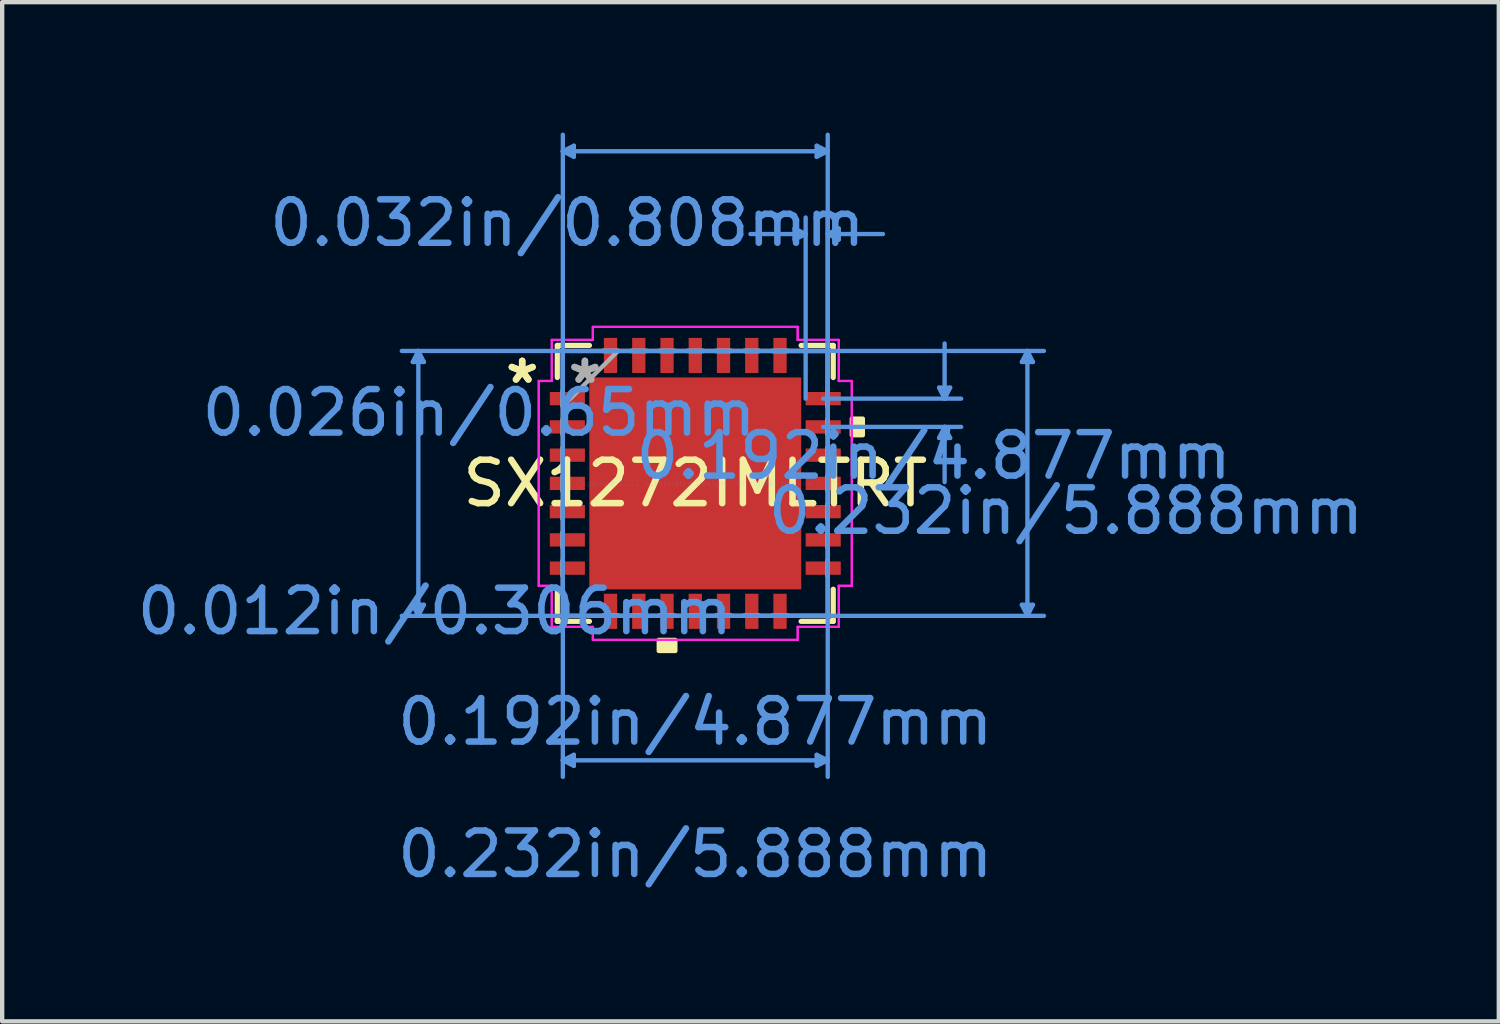
<source format=kicad_pcb>
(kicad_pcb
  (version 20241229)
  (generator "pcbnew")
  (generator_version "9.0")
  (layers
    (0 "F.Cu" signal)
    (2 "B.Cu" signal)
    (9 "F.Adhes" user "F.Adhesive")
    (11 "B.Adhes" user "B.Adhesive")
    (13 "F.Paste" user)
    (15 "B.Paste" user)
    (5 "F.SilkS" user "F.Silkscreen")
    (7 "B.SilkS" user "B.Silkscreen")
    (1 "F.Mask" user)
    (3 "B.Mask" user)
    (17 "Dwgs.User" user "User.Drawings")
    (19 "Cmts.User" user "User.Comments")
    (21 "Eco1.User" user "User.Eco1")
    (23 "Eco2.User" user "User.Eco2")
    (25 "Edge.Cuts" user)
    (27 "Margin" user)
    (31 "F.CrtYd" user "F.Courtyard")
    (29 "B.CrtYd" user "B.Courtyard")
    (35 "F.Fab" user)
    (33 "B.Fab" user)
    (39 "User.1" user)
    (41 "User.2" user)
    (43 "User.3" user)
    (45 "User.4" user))
  (footprint "SX1272IMLTRT"
    (layer "F.Cu")
    (at 12.95 8.074)
    (property "Reference" "SX1272IMLTRT" (at 0 0 0) (layer "F.SilkS") (effects (font (size 1 1) (thickness 0.15))))
    (attr through_hole)
    (fp_line (start -3.175 -3.175) (end -3.175 -2.436) (stroke (width 0.12) (type solid)) (layer "F.SilkS"))
    (fp_line (start -3.175 2.436) (end -3.175 3.175) (stroke (width 0.12) (type solid)) (layer "F.SilkS"))
    (fp_line (start -3.175 3.175) (end -2.436 3.175) (stroke (width 0.12) (type solid)) (layer "F.SilkS"))
    (fp_line (start -2.436 -3.175) (end -3.175 -3.175) (stroke (width 0.12) (type solid)) (layer "F.SilkS"))
    (fp_line (start 2.436 3.175) (end 3.175 3.175) (stroke (width 0.12) (type solid)) (layer "F.SilkS"))
    (fp_line (start 3.175 -3.175) (end 2.436 -3.175) (stroke (width 0.12) (type solid)) (layer "F.SilkS"))
    (fp_line (start 3.175 -2.436) (end 3.175 -3.175) (stroke (width 0.12) (type solid)) (layer "F.SilkS"))
    (fp_line (start 3.175 3.175) (end 3.175 2.436) (stroke (width 0.12) (type solid)) (layer "F.SilkS"))
    (fp_poly (pts (xy -0.84 3.602) (xy -0.84 3.856) (xy -0.459 3.856) (xy -0.459 3.602)) (stroke (width 0.1) (type solid)) (fill yes) (layer "F.SilkS"))
    (fp_poly (pts (xy 3.856 -1.49) (xy 3.856 -1.109) (xy 3.602 -1.109) (xy 3.602 -1.49)) (stroke (width 0.1) (type solid)) (fill yes) (layer "F.SilkS"))
    (fp_poly (pts (xy -2.338 -2.338) (xy -2.338 -0.913) (xy -0.913 -0.913) (xy -0.913 -2.338)) (stroke (width 0.1) (type solid)) (fill yes) (layer "F.Paste"))
    (fp_poly (pts (xy -2.338 -0.713) (xy -2.338 0.713) (xy -0.913 0.713) (xy -0.913 -0.713)) (stroke (width 0.1) (type solid)) (fill yes) (layer "F.Paste"))
    (fp_poly (pts (xy -2.338 0.913) (xy -2.338 2.338) (xy -0.913 2.338) (xy -0.913 0.913)) (stroke (width 0.1) (type solid)) (fill yes) (layer "F.Paste"))
    (fp_poly (pts (xy -0.713 -2.338) (xy -0.713 -0.913) (xy 0.713 -0.913) (xy 0.713 -2.338)) (stroke (width 0.1) (type solid)) (fill yes) (layer "F.Paste"))
    (fp_poly (pts (xy -0.713 -0.713) (xy -0.713 0.713) (xy 0.713 0.713) (xy 0.713 -0.713)) (stroke (width 0.1) (type solid)) (fill yes) (layer "F.Paste"))
    (fp_poly (pts (xy -0.713 0.913) (xy -0.713 2.338) (xy 0.713 2.338) (xy 0.713 0.913)) (stroke (width 0.1) (type solid)) (fill yes) (layer "F.Paste"))
    (fp_poly (pts (xy 0.913 -2.338) (xy 0.913 -0.913) (xy 2.338 -0.913) (xy 2.338 -2.338)) (stroke (width 0.1) (type solid)) (fill yes) (layer "F.Paste"))
    (fp_poly (pts (xy 0.913 -0.713) (xy 0.913 0.713) (xy 2.338 0.713) (xy 2.338 -0.713)) (stroke (width 0.1) (type solid)) (fill yes) (layer "F.Paste"))
    (fp_poly (pts (xy 0.913 0.913) (xy 0.913 2.338) (xy 2.338 2.338) (xy 2.338 0.913)) (stroke (width 0.1) (type solid)) (fill yes) (layer "F.Paste"))
    (fp_line (start -6.5 -2.794) (end -6.246 -2.794) (stroke (width 0.1) (type solid)) (layer "Cmts.User"))
    (fp_line (start -6.5 2.794) (end -6.246 2.794) (stroke (width 0.1) (type solid)) (layer "Cmts.User"))
    (fp_line (start -6.373 -3.048) (end -6.5 -2.794) (stroke (width 0.1) (type solid)) (layer "Cmts.User"))
    (fp_line (start -6.373 -3.048) (end -6.373 3.048) (stroke (width 0.1) (type solid)) (layer "Cmts.User"))
    (fp_line (start -6.373 -3.048) (end -6.246 -2.794) (stroke (width 0.1) (type solid)) (layer "Cmts.User"))
    (fp_line (start -6.373 3.048) (end -6.5 2.794) (stroke (width 0.1) (type solid)) (layer "Cmts.User"))
    (fp_line (start -6.373 3.048) (end -6.246 2.794) (stroke (width 0.1) (type solid)) (layer "Cmts.User"))
    (fp_line (start -3.048 -7.643) (end -2.794 -7.77) (stroke (width 0.1) (type solid)) (layer "Cmts.User"))
    (fp_line (start -3.048 -7.643) (end -2.794 -7.516) (stroke (width 0.1) (type solid)) (layer "Cmts.User"))
    (fp_line (start -3.048 -7.643) (end 3.048 -7.643) (stroke (width 0.1) (type solid)) (layer "Cmts.User"))
    (fp_line (start -3.048 -3.048) (end -3.048 6.754) (stroke (width 0.1) (type solid)) (layer "Cmts.User"))
    (fp_line (start -3.048 -1.95) (end -3.048 -8.024) (stroke (width 0.1) (type solid)) (layer "Cmts.User"))
    (fp_line (start -3.048 6.373) (end -2.794 6.246) (stroke (width 0.1) (type solid)) (layer "Cmts.User"))
    (fp_line (start -3.048 6.373) (end -2.794 6.5) (stroke (width 0.1) (type solid)) (layer "Cmts.User"))
    (fp_line (start -3.048 6.373) (end 3.048 6.373) (stroke (width 0.1) (type solid)) (layer "Cmts.User"))
    (fp_line (start -2.794 -7.77) (end -2.794 -7.516) (stroke (width 0.1) (type solid)) (layer "Cmts.User"))
    (fp_line (start -2.794 6.246) (end -2.794 6.5) (stroke (width 0.1) (type solid)) (layer "Cmts.User"))
    (fp_line (start 1.95 -3.048) (end 8.024 -3.048) (stroke (width 0.1) (type solid)) (layer "Cmts.User"))
    (fp_line (start 1.95 3.048) (end 8.024 3.048) (stroke (width 0.1) (type solid)) (layer "Cmts.User"))
    (fp_line (start 2.286 -5.865) (end 2.286 -5.611) (stroke (width 0.1) (type solid)) (layer "Cmts.User"))
    (fp_line (start 2.54 -5.738) (end 1.27 -5.738) (stroke (width 0.1) (type solid)) (layer "Cmts.User"))
    (fp_line (start 2.54 -5.738) (end 2.286 -5.865) (stroke (width 0.1) (type solid)) (layer "Cmts.User"))
    (fp_line (start 2.54 -5.738) (end 2.286 -5.611) (stroke (width 0.1) (type solid)) (layer "Cmts.User"))
    (fp_line (start 2.54 -1.95) (end 2.54 -6.119) (stroke (width 0.1) (type solid)) (layer "Cmts.User"))
    (fp_line (start 2.794 -7.77) (end 2.794 -7.516) (stroke (width 0.1) (type solid)) (layer "Cmts.User"))
    (fp_line (start 2.794 6.246) (end 2.794 6.5) (stroke (width 0.1) (type solid)) (layer "Cmts.User"))
    (fp_line (start 2.944 -1.95) (end 6.119 -1.95) (stroke (width 0.1) (type solid)) (layer "Cmts.User"))
    (fp_line (start 2.944 -1.3) (end 6.119 -1.3) (stroke (width 0.1) (type solid)) (layer "Cmts.User"))
    (fp_line (start 3.048 -7.643) (end 2.794 -7.77) (stroke (width 0.1) (type solid)) (layer "Cmts.User"))
    (fp_line (start 3.048 -7.643) (end 2.794 -7.516) (stroke (width 0.1) (type solid)) (layer "Cmts.User"))
    (fp_line (start 3.048 -5.738) (end 3.302 -5.865) (stroke (width 0.1) (type solid)) (layer "Cmts.User"))
    (fp_line (start 3.048 -5.738) (end 3.302 -5.611) (stroke (width 0.1) (type solid)) (layer "Cmts.User"))
    (fp_line (start 3.048 -5.738) (end 4.318 -5.738) (stroke (width 0.1) (type solid)) (layer "Cmts.User"))
    (fp_line (start 3.048 -3.048) (end -6.754 -3.048) (stroke (width 0.1) (type solid)) (layer "Cmts.User"))
    (fp_line (start 3.048 -3.048) (end 3.048 6.754) (stroke (width 0.1) (type solid)) (layer "Cmts.User"))
    (fp_line (start 3.048 -1.95) (end 3.048 -8.024) (stroke (width 0.1) (type solid)) (layer "Cmts.User"))
    (fp_line (start 3.048 -1.95) (end 3.048 -6.119) (stroke (width 0.1) (type solid)) (layer "Cmts.User"))
    (fp_line (start 3.048 3.048) (end -6.754 3.048) (stroke (width 0.1) (type solid)) (layer "Cmts.User"))
    (fp_line (start 3.048 6.373) (end 2.794 6.246) (stroke (width 0.1) (type solid)) (layer "Cmts.User"))
    (fp_line (start 3.048 6.373) (end 2.794 6.5) (stroke (width 0.1) (type solid)) (layer "Cmts.User"))
    (fp_line (start 3.302 -5.865) (end 3.302 -5.611) (stroke (width 0.1) (type solid)) (layer "Cmts.User"))
    (fp_line (start 5.611 -2.204) (end 5.865 -2.204) (stroke (width 0.1) (type solid)) (layer "Cmts.User"))
    (fp_line (start 5.611 -1.046) (end 5.865 -1.046) (stroke (width 0.1) (type solid)) (layer "Cmts.User"))
    (fp_line (start 5.738 -1.95) (end 5.611 -2.204) (stroke (width 0.1) (type solid)) (layer "Cmts.User"))
    (fp_line (start 5.738 -1.95) (end 5.738 -3.22) (stroke (width 0.1) (type solid)) (layer "Cmts.User"))
    (fp_line (start 5.738 -1.95) (end 5.865 -2.204) (stroke (width 0.1) (type solid)) (layer "Cmts.User"))
    (fp_line (start 5.738 -1.3) (end 5.611 -1.046) (stroke (width 0.1) (type solid)) (layer "Cmts.User"))
    (fp_line (start 5.738 -1.3) (end 5.738 -0.03) (stroke (width 0.1) (type solid)) (layer "Cmts.User"))
    (fp_line (start 5.738 -1.3) (end 5.865 -1.046) (stroke (width 0.1) (type solid)) (layer "Cmts.User"))
    (fp_line (start 7.516 -2.794) (end 7.77 -2.794) (stroke (width 0.1) (type solid)) (layer "Cmts.User"))
    (fp_line (start 7.516 2.794) (end 7.77 2.794) (stroke (width 0.1) (type solid)) (layer "Cmts.User"))
    (fp_line (start 7.643 -3.048) (end 7.516 -2.794) (stroke (width 0.1) (type solid)) (layer "Cmts.User"))
    (fp_line (start 7.643 -3.048) (end 7.643 3.048) (stroke (width 0.1) (type solid)) (layer "Cmts.User"))
    (fp_line (start 7.643 -3.048) (end 7.77 -2.794) (stroke (width 0.1) (type solid)) (layer "Cmts.User"))
    (fp_line (start 7.643 3.048) (end 7.516 2.794) (stroke (width 0.1) (type solid)) (layer "Cmts.User"))
    (fp_line (start 7.643 3.048) (end 7.77 2.794) (stroke (width 0.1) (type solid)) (layer "Cmts.User"))
    (fp_line (start -3.602 -2.357) (end -3.302 -2.357) (stroke (width 0.05) (type solid)) (layer "F.CrtYd"))
    (fp_line (start -3.602 -2.357) (end -3.302 -2.357) (stroke (width 0.05) (type solid)) (layer "F.CrtYd"))
    (fp_line (start -3.602 2.357) (end -3.602 -2.357) (stroke (width 0.05) (type solid)) (layer "F.CrtYd"))
    (fp_line (start -3.602 2.357) (end -3.602 -2.357) (stroke (width 0.05) (type solid)) (layer "F.CrtYd"))
    (fp_line (start -3.302 -3.302) (end -2.357 -3.302) (stroke (width 0.05) (type solid)) (layer "F.CrtYd"))
    (fp_line (start -3.302 -3.302) (end -2.357 -3.302) (stroke (width 0.05) (type solid)) (layer "F.CrtYd"))
    (fp_line (start -3.302 -2.357) (end -3.302 -3.302) (stroke (width 0.05) (type solid)) (layer "F.CrtYd"))
    (fp_line (start -3.302 -2.357) (end -3.302 -3.302) (stroke (width 0.05) (type solid)) (layer "F.CrtYd"))
    (fp_line (start -3.302 2.357) (end -3.602 2.357) (stroke (width 0.05) (type solid)) (layer "F.CrtYd"))
    (fp_line (start -3.302 2.357) (end -3.602 2.357) (stroke (width 0.05) (type solid)) (layer "F.CrtYd"))
    (fp_line (start -3.302 3.302) (end -3.302 2.357) (stroke (width 0.05) (type solid)) (layer "F.CrtYd"))
    (fp_line (start -3.302 3.302) (end -3.302 2.357) (stroke (width 0.05) (type solid)) (layer "F.CrtYd"))
    (fp_line (start -2.357 -3.602) (end 2.357 -3.602) (stroke (width 0.05) (type solid)) (layer "F.CrtYd"))
    (fp_line (start -2.357 -3.602) (end 2.357 -3.602) (stroke (width 0.05) (type solid)) (layer "F.CrtYd"))
    (fp_line (start -2.357 -3.302) (end -2.357 -3.602) (stroke (width 0.05) (type solid)) (layer "F.CrtYd"))
    (fp_line (start -2.357 -3.302) (end -2.357 -3.602) (stroke (width 0.05) (type solid)) (layer "F.CrtYd"))
    (fp_line (start -2.357 3.302) (end -3.302 3.302) (stroke (width 0.05) (type solid)) (layer "F.CrtYd"))
    (fp_line (start -2.357 3.302) (end -3.302 3.302) (stroke (width 0.05) (type solid)) (layer "F.CrtYd"))
    (fp_line (start -2.357 3.602) (end -2.357 3.302) (stroke (width 0.05) (type solid)) (layer "F.CrtYd"))
    (fp_line (start -2.357 3.602) (end -2.357 3.302) (stroke (width 0.05) (type solid)) (layer "F.CrtYd"))
    (fp_line (start 2.357 -3.602) (end 2.357 -3.302) (stroke (width 0.05) (type solid)) (layer "F.CrtYd"))
    (fp_line (start 2.357 -3.602) (end 2.357 -3.302) (stroke (width 0.05) (type solid)) (layer "F.CrtYd"))
    (fp_line (start 2.357 -3.302) (end 3.302 -3.302) (stroke (width 0.05) (type solid)) (layer "F.CrtYd"))
    (fp_line (start 2.357 -3.302) (end 3.302 -3.302) (stroke (width 0.05) (type solid)) (layer "F.CrtYd"))
    (fp_line (start 2.357 3.302) (end 2.357 3.602) (stroke (width 0.05) (type solid)) (layer "F.CrtYd"))
    (fp_line (start 2.357 3.302) (end 2.357 3.602) (stroke (width 0.05) (type solid)) (layer "F.CrtYd"))
    (fp_line (start 2.357 3.602) (end -2.357 3.602) (stroke (width 0.05) (type solid)) (layer "F.CrtYd"))
    (fp_line (start 2.357 3.602) (end -2.357 3.602) (stroke (width 0.05) (type solid)) (layer "F.CrtYd"))
    (fp_line (start 3.302 -3.302) (end 3.302 -2.357) (stroke (width 0.05) (type solid)) (layer "F.CrtYd"))
    (fp_line (start 3.302 -3.302) (end 3.302 -2.357) (stroke (width 0.05) (type solid)) (layer "F.CrtYd"))
    (fp_line (start 3.302 -2.357) (end 3.602 -2.357) (stroke (width 0.05) (type solid)) (layer "F.CrtYd"))
    (fp_line (start 3.302 -2.357) (end 3.602 -2.357) (stroke (width 0.05) (type solid)) (layer "F.CrtYd"))
    (fp_line (start 3.302 2.357) (end 3.302 3.302) (stroke (width 0.05) (type solid)) (layer "F.CrtYd"))
    (fp_line (start 3.302 2.357) (end 3.302 3.302) (stroke (width 0.05) (type solid)) (layer "F.CrtYd"))
    (fp_line (start 3.302 3.302) (end 2.357 3.302) (stroke (width 0.05) (type solid)) (layer "F.CrtYd"))
    (fp_line (start 3.302 3.302) (end 2.357 3.302) (stroke (width 0.05) (type solid)) (layer "F.CrtYd"))
    (fp_line (start 3.602 -2.357) (end 3.602 2.357) (stroke (width 0.05) (type solid)) (layer "F.CrtYd"))
    (fp_line (start 3.602 -2.357) (end 3.602 2.357) (stroke (width 0.05) (type solid)) (layer "F.CrtYd"))
    (fp_line (start 3.602 2.357) (end 3.302 2.357) (stroke (width 0.05) (type solid)) (layer "F.CrtYd"))
    (fp_line (start 3.602 2.357) (end 3.302 2.357) (stroke (width 0.05) (type solid)) (layer "F.CrtYd"))
    (fp_line (start -3.048 -3.048) (end -3.048 -3.048) (stroke (width 0.1) (type solid)) (layer "F.Fab"))
    (fp_line (start -3.048 -3.048) (end -3.048 3.048) (stroke (width 0.1) (type solid)) (layer "F.Fab"))
    (fp_line (start -3.048 -2.128) (end -3.048 -2.128) (stroke (width 0.1) (type solid)) (layer "F.Fab"))
    (fp_line (start -3.048 -2.128) (end -3.048 -1.772) (stroke (width 0.1) (type solid)) (layer "F.Fab"))
    (fp_line (start -3.048 -1.778) (end -1.778 -3.048) (stroke (width 0.1) (type solid)) (layer "F.Fab"))
    (fp_line (start -3.048 -1.772) (end -3.048 -2.128) (stroke (width 0.1) (type solid)) (layer "F.Fab"))
    (fp_line (start -3.048 -1.772) (end -3.048 -1.772) (stroke (width 0.1) (type solid)) (layer "F.Fab"))
    (fp_line (start -3.048 -1.478) (end -3.048 -1.478) (stroke (width 0.1) (type solid)) (layer "F.Fab"))
    (fp_line (start -3.048 -1.478) (end -3.048 -1.122) (stroke (width 0.1) (type solid)) (layer "F.Fab"))
    (fp_line (start -3.048 -1.122) (end -3.048 -1.478) (stroke (width 0.1) (type solid)) (layer "F.Fab"))
    (fp_line (start -3.048 -1.122) (end -3.048 -1.122) (stroke (width 0.1) (type solid)) (layer "F.Fab"))
    (fp_line (start -3.048 -0.828) (end -3.048 -0.828) (stroke (width 0.1) (type solid)) (layer "F.Fab"))
    (fp_line (start -3.048 -0.828) (end -3.048 -0.472) (stroke (width 0.1) (type solid)) (layer "F.Fab"))
    (fp_line (start -3.048 -0.472) (end -3.048 -0.828) (stroke (width 0.1) (type solid)) (layer "F.Fab"))
    (fp_line (start -3.048 -0.472) (end -3.048 -0.472) (stroke (width 0.1) (type solid)) (layer "F.Fab"))
    (fp_line (start -3.048 -0.178) (end -3.048 -0.178) (stroke (width 0.1) (type solid)) (layer "F.Fab"))
    (fp_line (start -3.048 -0.178) (end -3.048 0.178) (stroke (width 0.1) (type solid)) (layer "F.Fab"))
    (fp_line (start -3.048 0.178) (end -3.048 -0.178) (stroke (width 0.1) (type solid)) (layer "F.Fab"))
    (fp_line (start -3.048 0.178) (end -3.048 0.178) (stroke (width 0.1) (type solid)) (layer "F.Fab"))
    (fp_line (start -3.048 0.472) (end -3.048 0.472) (stroke (width 0.1) (type solid)) (layer "F.Fab"))
    (fp_line (start -3.048 0.472) (end -3.048 0.828) (stroke (width 0.1) (type solid)) (layer "F.Fab"))
    (fp_line (start -3.048 0.828) (end -3.048 0.472) (stroke (width 0.1) (type solid)) (layer "F.Fab"))
    (fp_line (start -3.048 0.828) (end -3.048 0.828) (stroke (width 0.1) (type solid)) (layer "F.Fab"))
    (fp_line (start -3.048 1.122) (end -3.048 1.122) (stroke (width 0.1) (type solid)) (layer "F.Fab"))
    (fp_line (start -3.048 1.122) (end -3.048 1.478) (stroke (width 0.1) (type solid)) (layer "F.Fab"))
    (fp_line (start -3.048 1.478) (end -3.048 1.122) (stroke (width 0.1) (type solid)) (layer "F.Fab"))
    (fp_line (start -3.048 1.478) (end -3.048 1.478) (stroke (width 0.1) (type solid)) (layer "F.Fab"))
    (fp_line (start -3.048 1.772) (end -3.048 1.772) (stroke (width 0.1) (type solid)) (layer "F.Fab"))
    (fp_line (start -3.048 1.772) (end -3.048 2.128) (stroke (width 0.1) (type solid)) (layer "F.Fab"))
    (fp_line (start -3.048 2.128) (end -3.048 1.772) (stroke (width 0.1) (type solid)) (layer "F.Fab"))
    (fp_line (start -3.048 2.128) (end -3.048 2.128) (stroke (width 0.1) (type solid)) (layer "F.Fab"))
    (fp_line (start -3.048 3.048) (end -3.048 3.048) (stroke (width 0.1) (type solid)) (layer "F.Fab"))
    (fp_line (start -3.048 3.048) (end 3.048 3.048) (stroke (width 0.1) (type solid)) (layer "F.Fab"))
    (fp_line (start -2.128 -3.048) (end -2.128 -3.048) (stroke (width 0.1) (type solid)) (layer "F.Fab"))
    (fp_line (start -2.128 -3.048) (end -1.772 -3.048) (stroke (width 0.1) (type solid)) (layer "F.Fab"))
    (fp_line (start -2.128 3.048) (end -2.128 3.048) (stroke (width 0.1) (type solid)) (layer "F.Fab"))
    (fp_line (start -2.128 3.048) (end -1.772 3.048) (stroke (width 0.1) (type solid)) (layer "F.Fab"))
    (fp_line (start -1.772 -3.048) (end -2.128 -3.048) (stroke (width 0.1) (type solid)) (layer "F.Fab"))
    (fp_line (start -1.772 -3.048) (end -1.772 -3.048) (stroke (width 0.1) (type solid)) (layer "F.Fab"))
    (fp_line (start -1.772 3.048) (end -2.128 3.048) (stroke (width 0.1) (type solid)) (layer "F.Fab"))
    (fp_line (start -1.772 3.048) (end -1.772 3.048) (stroke (width 0.1) (type solid)) (layer "F.Fab"))
    (fp_line (start -1.478 -3.048) (end -1.478 -3.048) (stroke (width 0.1) (type solid)) (layer "F.Fab"))
    (fp_line (start -1.478 -3.048) (end -1.122 -3.048) (stroke (width 0.1) (type solid)) (layer "F.Fab"))
    (fp_line (start -1.478 3.048) (end -1.478 3.048) (stroke (width 0.1) (type solid)) (layer "F.Fab"))
    (fp_line (start -1.478 3.048) (end -1.122 3.048) (stroke (width 0.1) (type solid)) (layer "F.Fab"))
    (fp_line (start -1.122 -3.048) (end -1.478 -3.048) (stroke (width 0.1) (type solid)) (layer "F.Fab"))
    (fp_line (start -1.122 -3.048) (end -1.122 -3.048) (stroke (width 0.1) (type solid)) (layer "F.Fab"))
    (fp_line (start -1.122 3.048) (end -1.478 3.048) (stroke (width 0.1) (type solid)) (layer "F.Fab"))
    (fp_line (start -1.122 3.048) (end -1.122 3.048) (stroke (width 0.1) (type solid)) (layer "F.Fab"))
    (fp_line (start -0.828 -3.048) (end -0.828 -3.048) (stroke (width 0.1) (type solid)) (layer "F.Fab"))
    (fp_line (start -0.828 -3.048) (end -0.472 -3.048) (stroke (width 0.1) (type solid)) (layer "F.Fab"))
    (fp_line (start -0.828 3.048) (end -0.828 3.048) (stroke (width 0.1) (type solid)) (layer "F.Fab"))
    (fp_line (start -0.828 3.048) (end -0.472 3.048) (stroke (width 0.1) (type solid)) (layer "F.Fab"))
    (fp_line (start -0.472 -3.048) (end -0.828 -3.048) (stroke (width 0.1) (type solid)) (layer "F.Fab"))
    (fp_line (start -0.472 -3.048) (end -0.472 -3.048) (stroke (width 0.1) (type solid)) (layer "F.Fab"))
    (fp_line (start -0.472 3.048) (end -0.828 3.048) (stroke (width 0.1) (type solid)) (layer "F.Fab"))
    (fp_line (start -0.472 3.048) (end -0.472 3.048) (stroke (width 0.1) (type solid)) (layer "F.Fab"))
    (fp_line (start -0.178 -3.048) (end -0.178 -3.048) (stroke (width 0.1) (type solid)) (layer "F.Fab"))
    (fp_line (start -0.178 -3.048) (end 0.178 -3.048) (stroke (width 0.1) (type solid)) (layer "F.Fab"))
    (fp_line (start -0.178 3.048) (end -0.178 3.048) (stroke (width 0.1) (type solid)) (layer "F.Fab"))
    (fp_line (start -0.178 3.048) (end 0.178 3.048) (stroke (width 0.1) (type solid)) (layer "F.Fab"))
    (fp_line (start 0.178 -3.048) (end -0.178 -3.048) (stroke (width 0.1) (type solid)) (layer "F.Fab"))
    (fp_line (start 0.178 -3.048) (end 0.178 -3.048) (stroke (width 0.1) (type solid)) (layer "F.Fab"))
    (fp_line (start 0.178 3.048) (end -0.178 3.048) (stroke (width 0.1) (type solid)) (layer "F.Fab"))
    (fp_line (start 0.178 3.048) (end 0.178 3.048) (stroke (width 0.1) (type solid)) (layer "F.Fab"))
    (fp_line (start 0.472 -3.048) (end 0.472 -3.048) (stroke (width 0.1) (type solid)) (layer "F.Fab"))
    (fp_line (start 0.472 -3.048) (end 0.828 -3.048) (stroke (width 0.1) (type solid)) (layer "F.Fab"))
    (fp_line (start 0.472 3.048) (end 0.472 3.048) (stroke (width 0.1) (type solid)) (layer "F.Fab"))
    (fp_line (start 0.472 3.048) (end 0.828 3.048) (stroke (width 0.1) (type solid)) (layer "F.Fab"))
    (fp_line (start 0.828 -3.048) (end 0.472 -3.048) (stroke (width 0.1) (type solid)) (layer "F.Fab"))
    (fp_line (start 0.828 -3.048) (end 0.828 -3.048) (stroke (width 0.1) (type solid)) (layer "F.Fab"))
    (fp_line (start 0.828 3.048) (end 0.472 3.048) (stroke (width 0.1) (type solid)) (layer "F.Fab"))
    (fp_line (start 0.828 3.048) (end 0.828 3.048) (stroke (width 0.1) (type solid)) (layer "F.Fab"))
    (fp_line (start 1.122 -3.048) (end 1.122 -3.048) (stroke (width 0.1) (type solid)) (layer "F.Fab"))
    (fp_line (start 1.122 -3.048) (end 1.478 -3.048) (stroke (width 0.1) (type solid)) (layer "F.Fab"))
    (fp_line (start 1.122 3.048) (end 1.122 3.048) (stroke (width 0.1) (type solid)) (layer "F.Fab"))
    (fp_line (start 1.122 3.048) (end 1.478 3.048) (stroke (width 0.1) (type solid)) (layer "F.Fab"))
    (fp_line (start 1.478 -3.048) (end 1.122 -3.048) (stroke (width 0.1) (type solid)) (layer "F.Fab"))
    (fp_line (start 1.478 -3.048) (end 1.478 -3.048) (stroke (width 0.1) (type solid)) (layer "F.Fab"))
    (fp_line (start 1.478 3.048) (end 1.122 3.048) (stroke (width 0.1) (type solid)) (layer "F.Fab"))
    (fp_line (start 1.478 3.048) (end 1.478 3.048) (stroke (width 0.1) (type solid)) (layer "F.Fab"))
    (fp_line (start 1.772 -3.048) (end 1.772 -3.048) (stroke (width 0.1) (type solid)) (layer "F.Fab"))
    (fp_line (start 1.772 -3.048) (end 2.128 -3.048) (stroke (width 0.1) (type solid)) (layer "F.Fab"))
    (fp_line (start 1.772 3.048) (end 1.772 3.048) (stroke (width 0.1) (type solid)) (layer "F.Fab"))
    (fp_line (start 1.772 3.048) (end 2.128 3.048) (stroke (width 0.1) (type solid)) (layer "F.Fab"))
    (fp_line (start 2.128 -3.048) (end 1.772 -3.048) (stroke (width 0.1) (type solid)) (layer "F.Fab"))
    (fp_line (start 2.128 -3.048) (end 2.128 -3.048) (stroke (width 0.1) (type solid)) (layer "F.Fab"))
    (fp_line (start 2.128 3.048) (end 1.772 3.048) (stroke (width 0.1) (type solid)) (layer "F.Fab"))
    (fp_line (start 2.128 3.048) (end 2.128 3.048) (stroke (width 0.1) (type solid)) (layer "F.Fab"))
    (fp_line (start 3.048 -3.048) (end -3.048 -3.048) (stroke (width 0.1) (type solid)) (layer "F.Fab"))
    (fp_line (start 3.048 -3.048) (end 3.048 -3.048) (stroke (width 0.1) (type solid)) (layer "F.Fab"))
    (fp_line (start 3.048 -2.128) (end 3.048 -2.128) (stroke (width 0.1) (type solid)) (layer "F.Fab"))
    (fp_line (start 3.048 -2.128) (end 3.048 -1.772) (stroke (width 0.1) (type solid)) (layer "F.Fab"))
    (fp_line (start 3.048 -1.772) (end 3.048 -2.128) (stroke (width 0.1) (type solid)) (layer "F.Fab"))
    (fp_line (start 3.048 -1.772) (end 3.048 -1.772) (stroke (width 0.1) (type solid)) (layer "F.Fab"))
    (fp_line (start 3.048 -1.478) (end 3.048 -1.478) (stroke (width 0.1) (type solid)) (layer "F.Fab"))
    (fp_line (start 3.048 -1.478) (end 3.048 -1.122) (stroke (width 0.1) (type solid)) (layer "F.Fab"))
    (fp_line (start 3.048 -1.122) (end 3.048 -1.478) (stroke (width 0.1) (type solid)) (layer "F.Fab"))
    (fp_line (start 3.048 -1.122) (end 3.048 -1.122) (stroke (width 0.1) (type solid)) (layer "F.Fab"))
    (fp_line (start 3.048 -0.828) (end 3.048 -0.828) (stroke (width 0.1) (type solid)) (layer "F.Fab"))
    (fp_line (start 3.048 -0.828) (end 3.048 -0.472) (stroke (width 0.1) (type solid)) (layer "F.Fab"))
    (fp_line (start 3.048 -0.472) (end 3.048 -0.828) (stroke (width 0.1) (type solid)) (layer "F.Fab"))
    (fp_line (start 3.048 -0.472) (end 3.048 -0.472) (stroke (width 0.1) (type solid)) (layer "F.Fab"))
    (fp_line (start 3.048 -0.178) (end 3.048 -0.178) (stroke (width 0.1) (type solid)) (layer "F.Fab"))
    (fp_line (start 3.048 -0.178) (end 3.048 0.178) (stroke (width 0.1) (type solid)) (layer "F.Fab"))
    (fp_line (start 3.048 0.178) (end 3.048 -0.178) (stroke (width 0.1) (type solid)) (layer "F.Fab"))
    (fp_line (start 3.048 0.178) (end 3.048 0.178) (stroke (width 0.1) (type solid)) (layer "F.Fab"))
    (fp_line (start 3.048 0.472) (end 3.048 0.472) (stroke (width 0.1) (type solid)) (layer "F.Fab"))
    (fp_line (start 3.048 0.472) (end 3.048 0.828) (stroke (width 0.1) (type solid)) (layer "F.Fab"))
    (fp_line (start 3.048 0.828) (end 3.048 0.472) (stroke (width 0.1) (type solid)) (layer "F.Fab"))
    (fp_line (start 3.048 0.828) (end 3.048 0.828) (stroke (width 0.1) (type solid)) (layer "F.Fab"))
    (fp_line (start 3.048 1.122) (end 3.048 1.122) (stroke (width 0.1) (type solid)) (layer "F.Fab"))
    (fp_line (start 3.048 1.122) (end 3.048 1.478) (stroke (width 0.1) (type solid)) (layer "F.Fab"))
    (fp_line (start 3.048 1.478) (end 3.048 1.122) (stroke (width 0.1) (type solid)) (layer "F.Fab"))
    (fp_line (start 3.048 1.478) (end 3.048 1.478) (stroke (width 0.1) (type solid)) (layer "F.Fab"))
    (fp_line (start 3.048 1.772) (end 3.048 1.772) (stroke (width 0.1) (type solid)) (layer "F.Fab"))
    (fp_line (start 3.048 1.772) (end 3.048 2.128) (stroke (width 0.1) (type solid)) (layer "F.Fab"))
    (fp_line (start 3.048 2.128) (end 3.048 1.772) (stroke (width 0.1) (type solid)) (layer "F.Fab"))
    (fp_line (start 3.048 2.128) (end 3.048 2.128) (stroke (width 0.1) (type solid)) (layer "F.Fab"))
    (fp_line (start 3.048 3.048) (end 3.048 -3.048) (stroke (width 0.1) (type solid)) (layer "F.Fab"))
    (fp_line (start 3.048 3.048) (end 3.048 3.048) (stroke (width 0.1) (type solid)) (layer "F.Fab"))
    (fp_text user "*" (at -3.983 -2.275 0) (layer "F.SilkS") (effects (font (size 1 1) (thickness 0.15))))
    (fp_text user "*" (at -3.983 -2.275 0) (layer "F.SilkS") (effects (font (size 1 1) (thickness 0.15))))
    (fp_text user "0.232in/5.888mm" (at 8.532 0.635 0) (layer "Cmts.User") (effects (font (size 1 1) (thickness 0.15))))
    (fp_text user "0.232in/5.888mm" (at 0 8.532 0) (layer "Cmts.User") (effects (font (size 1 1) (thickness 0.15))))
    (fp_text user "Copyright 2021 Accelerated Designs. All rights reserved." (at 0 0 0) (layer "Cmts.User") (effects (font (size 0.127 0.127) (thickness 0.002))))
    (fp_text user "0.192in/4.877mm" (at 5.486 -0.635 0) (layer "Cmts.User") (effects (font (size 1 1) (thickness 0.15))))
    (fp_text user "0.032in/0.808mm" (at -2.944 -5.992 0) (layer "Cmts.User") (effects (font (size 1 1) (thickness 0.15))))
    (fp_text user "0.026in/0.65mm" (at -4.976 -1.625 0) (layer "Cmts.User") (effects (font (size 1 1) (thickness 0.15))))
    (fp_text user "0.012in/0.306mm" (at -5.992 2.944 0) (layer "Cmts.User") (effects (font (size 1 1) (thickness 0.15))))
    (fp_text user "0.192in/4.877mm" (at 0 5.486 0) (layer "Cmts.User") (effects (font (size 1 1) (thickness 0.15))))
    (fp_text user "*" (at -2.54 -2.275 0) (layer "F.Fab") (effects (font (size 1 1) (thickness 0.15))))
    (fp_text user "*" (at -2.54 -2.275 0) (layer "F.Fab") (effects (font (size 1 1) (thickness 0.15))))
    (pad "1" smd rect (at -2.944 -1.95 90) (size 0.306 0.808) (layers "F.Cu" "F.Mask" "F.Paste"))
    (pad "2" smd rect (at -2.944 -1.3 90) (size 0.306 0.808) (layers "F.Cu" "F.Mask" "F.Paste"))
    (pad "3" smd rect (at -2.944 -0.65 90) (size 0.306 0.808) (layers "F.Cu" "F.Mask" "F.Paste"))
    (pad "4" smd rect (at -2.944 0 90) (size 0.306 0.808) (layers "F.Cu" "F.Mask" "F.Paste"))
    (pad "5" smd rect (at -2.944 0.65 90) (size 0.306 0.808) (layers "F.Cu" "F.Mask" "F.Paste"))
    (pad "6" smd rect (at -2.944 1.3 90) (size 0.306 0.808) (layers "F.Cu" "F.Mask" "F.Paste"))
    (pad "7" smd rect (at -2.944 1.95 90) (size 0.306 0.808) (layers "F.Cu" "F.Mask" "F.Paste"))
    (pad "8" smd rect (at -1.95 2.944) (size 0.306 0.808) (layers "F.Cu" "F.Mask" "F.Paste"))
    (pad "9" smd rect (at -1.3 2.944) (size 0.306 0.808) (layers "F.Cu" "F.Mask" "F.Paste"))
    (pad "10" smd rect (at -0.65 2.944) (size 0.306 0.808) (layers "F.Cu" "F.Mask" "F.Paste"))
    (pad "11" smd rect (at 0 2.944) (size 0.306 0.808) (layers "F.Cu" "F.Mask" "F.Paste"))
    (pad "12" smd rect (at 0.65 2.944) (size 0.306 0.808) (layers "F.Cu" "F.Mask" "F.Paste"))
    (pad "13" smd rect (at 1.3 2.944) (size 0.306 0.808) (layers "F.Cu" "F.Mask" "F.Paste"))
    (pad "14" smd rect (at 1.95 2.944) (size 0.306 0.808) (layers "F.Cu" "F.Mask" "F.Paste"))
    (pad "15" smd rect (at 2.944 1.95 90) (size 0.306 0.808) (layers "F.Cu" "F.Mask" "F.Paste"))
    (pad "16" smd rect (at 2.944 1.3 90) (size 0.306 0.808) (layers "F.Cu" "F.Mask" "F.Paste"))
    (pad "17" smd rect (at 2.944 0.65 90) (size 0.306 0.808) (layers "F.Cu" "F.Mask" "F.Paste"))
    (pad "18" smd rect (at 2.944 0 90) (size 0.306 0.808) (layers "F.Cu" "F.Mask" "F.Paste"))
    (pad "19" smd rect (at 2.944 -0.65 90) (size 0.306 0.808) (layers "F.Cu" "F.Mask" "F.Paste"))
    (pad "20" smd rect (at 2.944 -1.3 90) (size 0.306 0.808) (layers "F.Cu" "F.Mask" "F.Paste"))
    (pad "21" smd rect (at 2.944 -1.95 90) (size 0.306 0.808) (layers "F.Cu" "F.Mask" "F.Paste"))
    (pad "22" smd rect (at 1.95 -2.944) (size 0.306 0.808) (layers "F.Cu" "F.Mask" "F.Paste"))
    (pad "23" smd rect (at 1.3 -2.944) (size 0.306 0.808) (layers "F.Cu" "F.Mask" "F.Paste"))
    (pad "24" smd rect (at 0.65 -2.944) (size 0.306 0.808) (layers "F.Cu" "F.Mask" "F.Paste"))
    (pad "25" smd rect (at 0 -2.944) (size 0.306 0.808) (layers "F.Cu" "F.Mask" "F.Paste"))
    (pad "26" smd rect (at -0.65 -2.944) (size 0.306 0.808) (layers "F.Cu" "F.Mask" "F.Paste"))
    (pad "27" smd rect (at -1.3 -2.944) (size 0.306 0.808) (layers "F.Cu" "F.Mask" "F.Paste"))
    (pad "28" smd rect (at -1.95 -2.944) (size 0.306 0.808) (layers "F.Cu" "F.Mask" "F.Paste"))
    (pad "29" smd rect (at 0 0) (size 4.877 4.877) (layers "F.Cu" "F.Mask")))
  (gr_rect
    (start -3 -3)
    (end 31.441 20.454)
    (stroke (width 0.1) (type default))
    (fill no)
    (layer "Edge.Cuts")))
</source>
